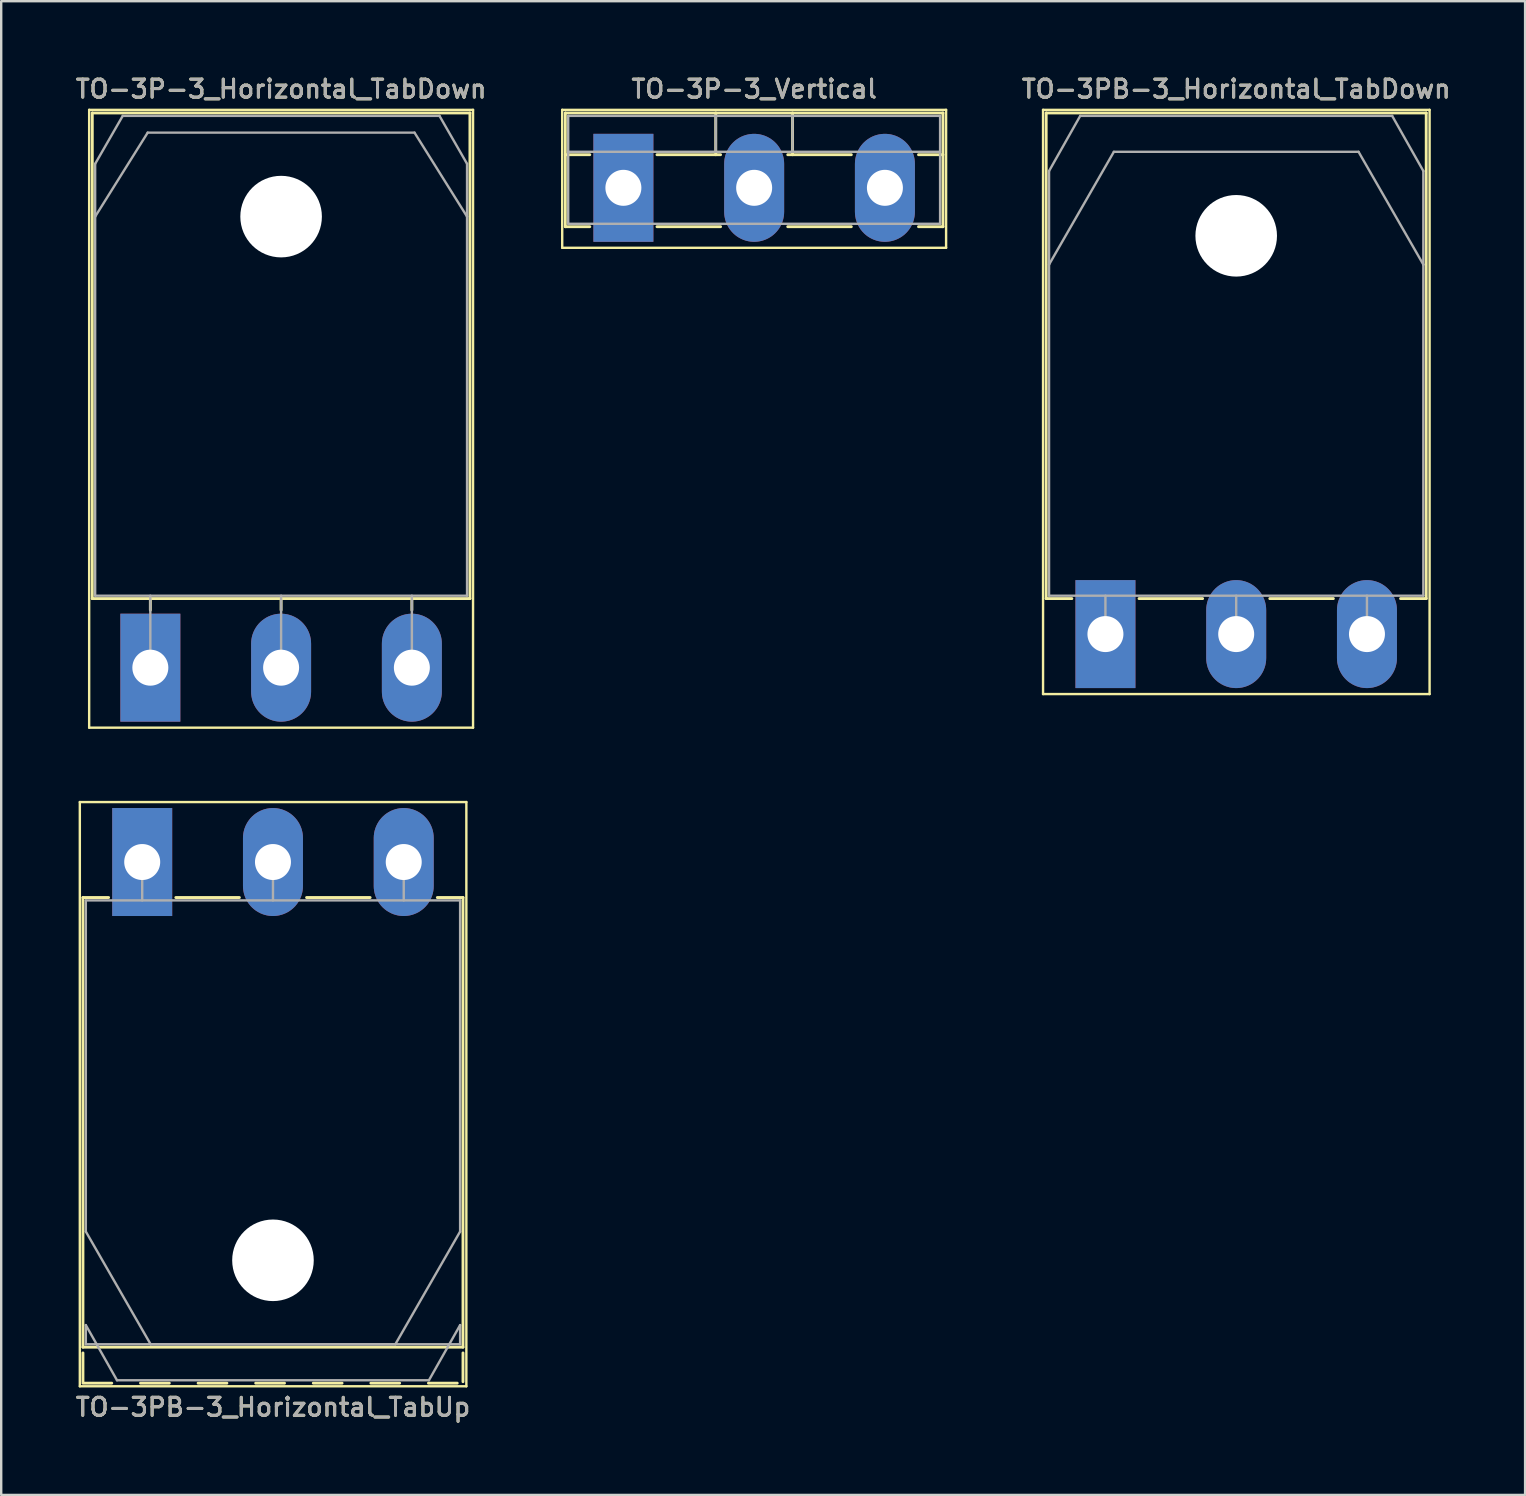
<source format=kicad_pcb>
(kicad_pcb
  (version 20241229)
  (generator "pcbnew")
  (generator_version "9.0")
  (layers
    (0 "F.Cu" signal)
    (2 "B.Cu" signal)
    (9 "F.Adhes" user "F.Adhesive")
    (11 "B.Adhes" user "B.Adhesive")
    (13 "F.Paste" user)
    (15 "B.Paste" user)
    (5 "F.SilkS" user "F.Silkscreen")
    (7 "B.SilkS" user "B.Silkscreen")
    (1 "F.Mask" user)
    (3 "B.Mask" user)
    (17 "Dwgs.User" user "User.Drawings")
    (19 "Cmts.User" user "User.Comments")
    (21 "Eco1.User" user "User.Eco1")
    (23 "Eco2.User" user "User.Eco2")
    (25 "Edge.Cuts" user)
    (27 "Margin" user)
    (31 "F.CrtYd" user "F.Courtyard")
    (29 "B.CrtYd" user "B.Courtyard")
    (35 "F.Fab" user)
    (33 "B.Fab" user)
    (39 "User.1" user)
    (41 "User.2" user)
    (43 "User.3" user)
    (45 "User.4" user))
  (footprint "TO-3PB-3_Horizontal_TabDown"
    (layer "F.Cu")
    (at 43.023 23.378)
    (property "Reference" "TO-3PB-3_Horizontal_TabDown" (at 5.45 -22.72 0) (layer "F.SilkS") (effects (font (size 0.75 0.75) (thickness 0.125))))
    (attr through_hole)
    (fp_line (start -2.6 -21.85) (end -2.6 2.5) (stroke (width 0.1) (type solid)) (layer "F.SilkS"))
    (fp_line (start -2.6 2.5) (end 13.51 2.5) (stroke (width 0.1) (type solid)) (layer "F.SilkS"))
    (fp_line (start -2.47 -21.72) (end -2.47 -1.48) (stroke (width 0.12) (type solid)) (layer "F.SilkS"))
    (fp_line (start -2.47 -21.72) (end 13.37 -21.72) (stroke (width 0.12) (type solid)) (layer "F.SilkS"))
    (fp_line (start -2.47 -1.48) (end -1.4 -1.48) (stroke (width 0.12) (type solid)) (layer "F.SilkS"))
    (fp_line (start 1.4 -1.48) (end 4.051 -1.48) (stroke (width 0.12) (type solid)) (layer "F.SilkS"))
    (fp_line (start 6.85 -1.48) (end 9.5 -1.48) (stroke (width 0.12) (type solid)) (layer "F.SilkS"))
    (fp_line (start 12.3 -1.48) (end 13.37 -1.48) (stroke (width 0.12) (type solid)) (layer "F.SilkS"))
    (fp_line (start 13.37 -21.72) (end 13.37 -1.48) (stroke (width 0.12) (type solid)) (layer "F.SilkS"))
    (fp_line (start 13.51 -21.85) (end -2.6 -21.85) (stroke (width 0.1) (type solid)) (layer "F.SilkS"))
    (fp_line (start 13.51 2.5) (end 13.51 -21.85) (stroke (width 0.1) (type solid)) (layer "F.SilkS"))
    (fp_line (start -2.35 -19.3) (end -1.05 -21.6) (stroke (width 0.1) (type solid)) (layer "F.Fab"))
    (fp_line (start -2.35 -15.401) (end -2.35 -19.3) (stroke (width 0.1) (type solid)) (layer "F.Fab"))
    (fp_line (start -2.35 -15.401) (end 0.351 -20.1) (stroke (width 0.1) (type solid)) (layer "F.Fab"))
    (fp_line (start -2.35 -1.6) (end -2.35 -15.401) (stroke (width 0.1) (type solid)) (layer "F.Fab"))
    (fp_line (start -1.05 -21.6) (end 11.95 -21.6) (stroke (width 0.1) (type solid)) (layer "F.Fab"))
    (fp_line (start 0 -1.6) (end 0 0) (stroke (width 0.1) (type solid)) (layer "F.Fab"))
    (fp_line (start 0.351 -20.1) (end 10.55 -20.1) (stroke (width 0.1) (type solid)) (layer "F.Fab"))
    (fp_line (start 5.45 -1.6) (end 5.45 0) (stroke (width 0.1) (type solid)) (layer "F.Fab"))
    (fp_line (start 10.55 -20.1) (end 13.25 -15.401) (stroke (width 0.1) (type solid)) (layer "F.Fab"))
    (fp_line (start 10.9 -1.6) (end 10.9 0) (stroke (width 0.1) (type solid)) (layer "F.Fab"))
    (fp_line (start 11.95 -21.6) (end 13.25 -19.3) (stroke (width 0.1) (type solid)) (layer "F.Fab"))
    (fp_line (start 13.25 -19.3) (end 13.25 -15.401) (stroke (width 0.1) (type solid)) (layer "F.Fab"))
    (fp_line (start 13.25 -15.401) (end 13.25 -1.6) (stroke (width 0.1) (type solid)) (layer "F.Fab"))
    (fp_line (start 13.25 -1.6) (end -2.35 -1.6) (stroke (width 0.1) (type solid)) (layer "F.Fab"))
    (fp_circle (center 5.45 -16.6) (end 7.05 -16.6) (stroke (width 0.1) (type solid)) (fill no) (layer "F.Fab"))
    (fp_text user "${REFERENCE}" (at 5.45 -22.72 0) (layer "F.Fab") (effects (font (size 0.75 0.75) (thickness 0.125))))
    (pad "" np_thru_hole circle (at 5.45 -16.6) (size 3.4 3.4) (drill 3.4) (layers "*.Cu" "*.Mask"))
    (pad "1" thru_hole rect (at 0 0) (size 2.5 4.5) (drill 1.5) (layers "*.Cu" "*.Mask"))
    (pad "2" thru_hole oval (at 5.45 0) (size 2.5 4.5) (drill 1.5) (layers "*.Cu" "*.Mask"))
    (pad "3" thru_hole oval (at 10.9 0) (size 2.5 4.5) (drill 1.5) (layers "*.Cu" "*.Mask")))
  (footprint "TO-3PB-3_Horizontal_TabUp"
    (layer "F.Cu")
    (at 2.877 32.878)
    (property "Reference" "TO-3PB-3_Horizontal_TabUp" (at 5.45 22.72 0) (layer "F.SilkS") (effects (font (size 0.75 0.75) (thickness 0.125))))
    (attr through_hole)
    (fp_line (start -2.6 -2.5) (end -2.6 21.85) (stroke (width 0.1) (type solid)) (layer "F.SilkS"))
    (fp_line (start -2.6 21.85) (end 13.51 21.85) (stroke (width 0.1) (type solid)) (layer "F.SilkS"))
    (fp_line (start -2.47 1.48) (end -2.47 20.22) (stroke (width 0.12) (type solid)) (layer "F.SilkS"))
    (fp_line (start -2.47 1.48) (end -1.4 1.48) (stroke (width 0.12) (type solid)) (layer "F.SilkS"))
    (fp_line (start -2.47 20.22) (end 13.37 20.22) (stroke (width 0.12) (type solid)) (layer "F.SilkS"))
    (fp_line (start -2.47 20.46) (end -2.47 21.66) (stroke (width 0.12) (type solid)) (layer "F.SilkS"))
    (fp_line (start -2.47 21.72) (end -1.27 21.72) (stroke (width 0.12) (type solid)) (layer "F.SilkS"))
    (fp_line (start -0.07 21.72) (end 1.13 21.72) (stroke (width 0.12) (type solid)) (layer "F.SilkS"))
    (fp_line (start 1.4 1.48) (end 4.051 1.48) (stroke (width 0.12) (type solid)) (layer "F.SilkS"))
    (fp_line (start 2.33 21.72) (end 3.53 21.72) (stroke (width 0.12) (type solid)) (layer "F.SilkS"))
    (fp_line (start 4.73 21.72) (end 5.931 21.72) (stroke (width 0.12) (type solid)) (layer "F.SilkS"))
    (fp_line (start 6.85 1.48) (end 9.5 1.48) (stroke (width 0.12) (type solid)) (layer "F.SilkS"))
    (fp_line (start 7.131 21.72) (end 8.33 21.72) (stroke (width 0.12) (type solid)) (layer "F.SilkS"))
    (fp_line (start 9.53 21.72) (end 10.73 21.72) (stroke (width 0.12) (type solid)) (layer "F.SilkS"))
    (fp_line (start 11.93 21.72) (end 13.13 21.72) (stroke (width 0.12) (type solid)) (layer "F.SilkS"))
    (fp_line (start 12.3 1.48) (end 13.37 1.48) (stroke (width 0.12) (type solid)) (layer "F.SilkS"))
    (fp_line (start 13.37 1.48) (end 13.37 20.22) (stroke (width 0.12) (type solid)) (layer "F.SilkS"))
    (fp_line (start 13.37 20.46) (end 13.37 21.66) (stroke (width 0.12) (type solid)) (layer "F.SilkS"))
    (fp_line (start 13.51 -2.5) (end -2.6 -2.5) (stroke (width 0.1) (type solid)) (layer "F.SilkS"))
    (fp_line (start 13.51 21.85) (end 13.51 -2.5) (stroke (width 0.1) (type solid)) (layer "F.SilkS"))
    (fp_line (start -2.35 1.6) (end -2.35 15.401) (stroke (width 0.1) (type solid)) (layer "F.Fab"))
    (fp_line (start -2.35 15.401) (end 0.351 20.1) (stroke (width 0.1) (type solid)) (layer "F.Fab"))
    (fp_line (start -2.35 19.3) (end -1.05 21.6) (stroke (width 0.1) (type solid)) (layer "F.Fab"))
    (fp_line (start -2.35 20.1) (end -2.35 19.3) (stroke (width 0.1) (type solid)) (layer "F.Fab"))
    (fp_line (start -1.05 21.6) (end 11.95 21.6) (stroke (width 0.1) (type solid)) (layer "F.Fab"))
    (fp_line (start 0 1.6) (end 0 0) (stroke (width 0.1) (type solid)) (layer "F.Fab"))
    (fp_line (start 0.351 20.1) (end 10.55 20.1) (stroke (width 0.1) (type solid)) (layer "F.Fab"))
    (fp_line (start 5.45 1.6) (end 5.45 0) (stroke (width 0.1) (type solid)) (layer "F.Fab"))
    (fp_line (start 10.55 20.1) (end 13.25 15.401) (stroke (width 0.1) (type solid)) (layer "F.Fab"))
    (fp_line (start 10.9 1.6) (end 10.9 0) (stroke (width 0.1) (type solid)) (layer "F.Fab"))
    (fp_line (start 11.95 21.6) (end 13.25 19.3) (stroke (width 0.1) (type solid)) (layer "F.Fab"))
    (fp_line (start 13.25 1.6) (end -2.35 1.6) (stroke (width 0.1) (type solid)) (layer "F.Fab"))
    (fp_line (start 13.25 15.401) (end 13.25 1.6) (stroke (width 0.1) (type solid)) (layer "F.Fab"))
    (fp_line (start 13.25 19.3) (end 13.25 20.1) (stroke (width 0.1) (type solid)) (layer "F.Fab"))
    (fp_line (start 13.25 20.1) (end -2.35 20.1) (stroke (width 0.1) (type solid)) (layer "F.Fab"))
    (fp_circle (center 5.45 16.6) (end 7.05 16.6) (stroke (width 0.1) (type solid)) (fill no) (layer "F.Fab"))
    (fp_text user "${REFERENCE}" (at 5.45 22.72 0) (layer "F.Fab") (effects (font (size 0.75 0.75) (thickness 0.125))))
    (pad "" np_thru_hole circle (at 5.45 16.6) (size 3.4 3.4) (drill 3.4) (layers "*.Cu" "*.Mask"))
    (pad "1" thru_hole rect (at 0 0) (size 2.5 4.5) (drill 1.5) (layers "*.Cu" "*.Mask"))
    (pad "2" thru_hole oval (at 5.45 0) (size 2.5 4.5) (drill 1.5) (layers "*.Cu" "*.Mask"))
    (pad "3" thru_hole oval (at 10.9 0) (size 2.5 4.5) (drill 1.5) (layers "*.Cu" "*.Mask")))
  (footprint "TO-3P-3_Vertical"
    (layer "F.Cu")
    (at 22.932 4.778)
    (property "Reference" "TO-3P-3_Vertical" (at 5.45 -4.12 0) (layer "F.SilkS") (effects (font (size 0.75 0.75) (thickness 0.125))))
    (attr through_hole)
    (fp_line (start -2.55 -3.25) (end -2.55 2.5) (stroke (width 0.1) (type solid)) (layer "F.SilkS"))
    (fp_line (start -2.55 2.5) (end 13.45 2.5) (stroke (width 0.1) (type solid)) (layer "F.SilkS"))
    (fp_line (start -2.42 -3.12) (end -2.42 1.62) (stroke (width 0.12) (type solid)) (layer "F.SilkS"))
    (fp_line (start -2.42 -3.12) (end 13.32 -3.12) (stroke (width 0.12) (type solid)) (layer "F.SilkS"))
    (fp_line (start -2.42 -1.38) (end -1.4 -1.38) (stroke (width 0.12) (type solid)) (layer "F.SilkS"))
    (fp_line (start -2.42 1.62) (end -1.4 1.62) (stroke (width 0.12) (type solid)) (layer "F.SilkS"))
    (fp_line (start 1.4 -1.38) (end 4.051 -1.38) (stroke (width 0.12) (type solid)) (layer "F.SilkS"))
    (fp_line (start 1.4 1.62) (end 4.051 1.62) (stroke (width 0.12) (type solid)) (layer "F.SilkS"))
    (fp_line (start 3.85 -3.12) (end 3.85 -1.38) (stroke (width 0.12) (type solid)) (layer "F.SilkS"))
    (fp_line (start 6.85 -1.38) (end 9.5 -1.38) (stroke (width 0.12) (type solid)) (layer "F.SilkS"))
    (fp_line (start 6.85 1.62) (end 9.5 1.62) (stroke (width 0.12) (type solid)) (layer "F.SilkS"))
    (fp_line (start 7.051 -3.12) (end 7.051 -1.38) (stroke (width 0.12) (type solid)) (layer "F.SilkS"))
    (fp_line (start 12.3 -1.38) (end 13.32 -1.38) (stroke (width 0.12) (type solid)) (layer "F.SilkS"))
    (fp_line (start 12.3 1.62) (end 13.32 1.62) (stroke (width 0.12) (type solid)) (layer "F.SilkS"))
    (fp_line (start 13.32 -3.12) (end 13.32 1.62) (stroke (width 0.12) (type solid)) (layer "F.SilkS"))
    (fp_line (start 13.45 -3.25) (end -2.55 -3.25) (stroke (width 0.1) (type solid)) (layer "F.SilkS"))
    (fp_line (start 13.45 2.5) (end 13.45 -3.25) (stroke (width 0.1) (type solid)) (layer "F.SilkS"))
    (fp_line (start -2.3 -3) (end -2.3 1.5) (stroke (width 0.1) (type solid)) (layer "F.Fab"))
    (fp_line (start -2.3 -1.5) (end 13.2 -1.5) (stroke (width 0.1) (type solid)) (layer "F.Fab"))
    (fp_line (start -2.3 1.5) (end 13.2 1.5) (stroke (width 0.1) (type solid)) (layer "F.Fab"))
    (fp_line (start 3.85 -3) (end 3.85 -1.5) (stroke (width 0.1) (type solid)) (layer "F.Fab"))
    (fp_line (start 7.05 -3) (end 7.05 -1.5) (stroke (width 0.1) (type solid)) (layer "F.Fab"))
    (fp_line (start 13.2 -3) (end -2.3 -3) (stroke (width 0.1) (type solid)) (layer "F.Fab"))
    (fp_line (start 13.2 1.5) (end 13.2 -3) (stroke (width 0.1) (type solid)) (layer "F.Fab"))
    (fp_text user "${REFERENCE}" (at 5.45 -4.12 0) (layer "F.Fab") (effects (font (size 0.75 0.75) (thickness 0.125))))
    (pad "1" thru_hole rect (at 0 0) (size 2.5 4.5) (drill 1.5) (layers "*.Cu" "*.Mask"))
    (pad "2" thru_hole oval (at 5.45 0) (size 2.5 4.5) (drill 1.5) (layers "*.Cu" "*.Mask"))
    (pad "3" thru_hole oval (at 10.9 0) (size 2.5 4.5) (drill 1.5) (layers "*.Cu" "*.Mask")))
  (footprint "TO-3P-3_Horizontal_TabDown"
    (layer "F.Cu")
    (at 3.216 24.778)
    (property "Reference" "TO-3P-3_Horizontal_TabDown" (at 5.45 -24.12 0) (layer "F.SilkS") (effects (font (size 0.75 0.75) (thickness 0.125))))
    (attr through_hole)
    (fp_line (start -2.55 -23.25) (end -2.55 2.5) (stroke (width 0.1) (type solid)) (layer "F.SilkS"))
    (fp_line (start -2.55 2.5) (end 13.45 2.5) (stroke (width 0.1) (type solid)) (layer "F.SilkS"))
    (fp_line (start -2.42 -23.12) (end -2.42 -2.88) (stroke (width 0.12) (type solid)) (layer "F.SilkS"))
    (fp_line (start -2.42 -23.12) (end 13.32 -23.12) (stroke (width 0.12) (type solid)) (layer "F.SilkS"))
    (fp_line (start -2.42 -2.88) (end 13.32 -2.88) (stroke (width 0.12) (type solid)) (layer "F.SilkS"))
    (fp_line (start 0 -2.88) (end 0 -2.4) (stroke (width 0.12) (type solid)) (layer "F.SilkS"))
    (fp_line (start 5.45 -2.88) (end 5.45 -2.4) (stroke (width 0.12) (type solid)) (layer "F.SilkS"))
    (fp_line (start 10.9 -2.88) (end 10.9 -2.4) (stroke (width 0.12) (type solid)) (layer "F.SilkS"))
    (fp_line (start 13.32 -23.12) (end 13.32 -2.88) (stroke (width 0.12) (type solid)) (layer "F.SilkS"))
    (fp_line (start 13.45 -23.25) (end -2.55 -23.25) (stroke (width 0.1) (type solid)) (layer "F.SilkS"))
    (fp_line (start 13.45 2.5) (end 13.45 -23.25) (stroke (width 0.1) (type solid)) (layer "F.SilkS"))
    (fp_line (start -2.3 -21) (end -1.15 -23) (stroke (width 0.1) (type solid)) (layer "F.Fab"))
    (fp_line (start -2.3 -18.8) (end -2.3 -21) (stroke (width 0.1) (type solid)) (layer "F.Fab"))
    (fp_line (start -2.3 -18.8) (end -0.11 -22.3) (stroke (width 0.1) (type solid)) (layer "F.Fab"))
    (fp_line (start -2.3 -3) (end -2.3 -18.8) (stroke (width 0.1) (type solid)) (layer "F.Fab"))
    (fp_line (start -1.15 -23) (end 12.05 -23) (stroke (width 0.1) (type solid)) (layer "F.Fab"))
    (fp_line (start -0.11 -22.3) (end 11.01 -22.3) (stroke (width 0.1) (type solid)) (layer "F.Fab"))
    (fp_line (start 0 -3) (end 0 0) (stroke (width 0.1) (type solid)) (layer "F.Fab"))
    (fp_line (start 5.45 -3) (end 5.45 0) (stroke (width 0.1) (type solid)) (layer "F.Fab"))
    (fp_line (start 10.9 -3) (end 10.9 0) (stroke (width 0.1) (type solid)) (layer "F.Fab"))
    (fp_line (start 11.01 -22.3) (end 13.2 -18.8) (stroke (width 0.1) (type solid)) (layer "F.Fab"))
    (fp_line (start 12.05 -23) (end 13.2 -21) (stroke (width 0.1) (type solid)) (layer "F.Fab"))
    (fp_line (start 13.2 -21) (end 13.2 -18.8) (stroke (width 0.1) (type solid)) (layer "F.Fab"))
    (fp_line (start 13.2 -18.8) (end 13.2 -3) (stroke (width 0.1) (type solid)) (layer "F.Fab"))
    (fp_line (start 13.2 -3) (end -2.3 -3) (stroke (width 0.1) (type solid)) (layer "F.Fab"))
    (fp_circle (center 5.45 -18.8) (end 7.05 -18.8) (stroke (width 0.1) (type solid)) (fill no) (layer "F.Fab"))
    (fp_text user "${REFERENCE}" (at 5.45 -24.12 0) (layer "F.Fab") (effects (font (size 0.75 0.75) (thickness 0.125))))
    (pad "" np_thru_hole circle (at 5.45 -18.8) (size 3.4 3.4) (drill 3.4) (layers "*.Cu" "*.Mask"))
    (pad "1" thru_hole rect (at 0 0) (size 2.5 4.5) (drill 1.5) (layers "*.Cu" "*.Mask"))
    (pad "2" thru_hole oval (at 5.45 0) (size 2.5 4.5) (drill 1.5) (layers "*.Cu" "*.Mask"))
    (pad "3" thru_hole oval (at 10.9 0) (size 2.5 4.5) (drill 1.5) (layers "*.Cu" "*.Mask")))
  (gr_rect
    (start -3 -3)
    (end 60.514 59.256)
    (stroke (width 0.1) (type default))
    (fill no)
    (layer "Edge.Cuts")))
</source>
